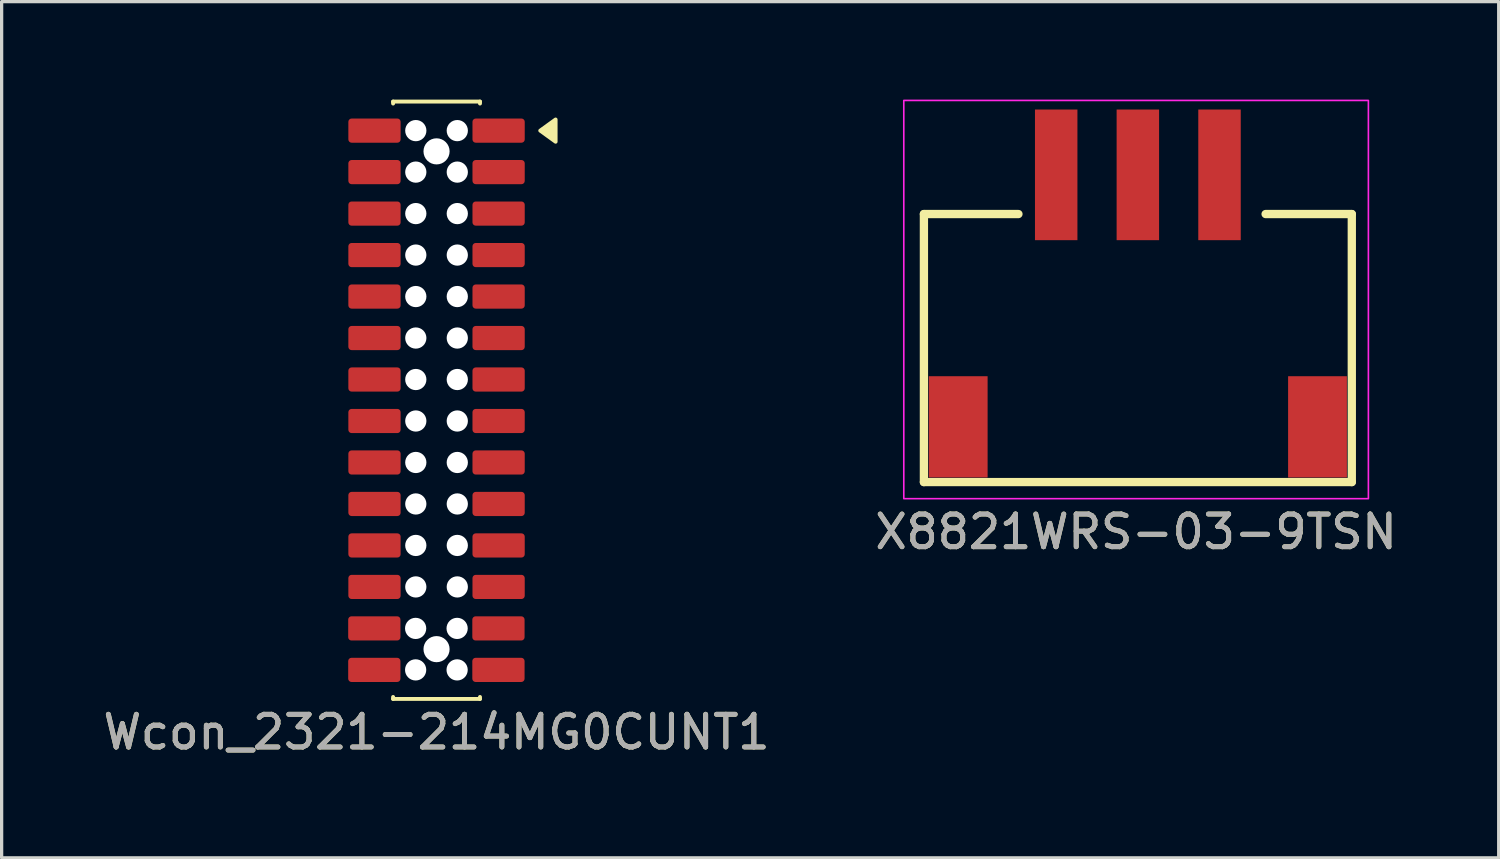
<source format=kicad_pcb>
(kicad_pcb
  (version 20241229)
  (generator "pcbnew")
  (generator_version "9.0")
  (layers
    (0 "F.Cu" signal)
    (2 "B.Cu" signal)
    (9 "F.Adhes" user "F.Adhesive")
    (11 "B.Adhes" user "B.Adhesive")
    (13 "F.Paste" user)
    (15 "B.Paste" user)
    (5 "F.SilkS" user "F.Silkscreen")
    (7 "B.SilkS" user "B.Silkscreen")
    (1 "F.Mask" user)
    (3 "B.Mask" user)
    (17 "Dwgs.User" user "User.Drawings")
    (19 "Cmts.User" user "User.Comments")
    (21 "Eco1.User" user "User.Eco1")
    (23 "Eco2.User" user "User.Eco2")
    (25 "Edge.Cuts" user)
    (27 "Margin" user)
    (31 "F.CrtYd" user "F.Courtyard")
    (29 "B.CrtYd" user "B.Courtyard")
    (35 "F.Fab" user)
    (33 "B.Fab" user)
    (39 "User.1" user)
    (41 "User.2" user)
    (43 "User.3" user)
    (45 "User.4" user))
  (footprint "Wcon_2321-214MG0CUNT1"
    (layer "F.Cu")
    (at 10.315 9.204)
    (property "Reference" "Wcon_2321-214MG0CUNT1" (at 0 10.16 0) (unlocked yes) (layer "F.SilkS") (effects (font (size 1 1) (thickness 0.15))))
    (attr smd)
    (fp_line (start -1.33 -9.144) (end -1.33 -9.084) (stroke (width 0.12) (type solid)) (layer "F.SilkS"))
    (fp_line (start -1.33 -9.144) (end 1.33 -9.144) (stroke (width 0.12) (type solid)) (layer "F.SilkS"))
    (fp_line (start -1.33 9.084) (end -1.33 9.144) (stroke (width 0.12) (type solid)) (layer "F.SilkS"))
    (fp_line (start -1.33 9.144) (end 1.33 9.144) (stroke (width 0.12) (type solid)) (layer "F.SilkS"))
    (fp_line (start 1.33 -9.144) (end 1.33 -9.084) (stroke (width 0.12) (type solid)) (layer "F.SilkS"))
    (fp_line (start 1.33 9.084) (end 1.33 9.144) (stroke (width 0.12) (type solid)) (layer "F.SilkS"))
    (fp_poly (pts (xy 3.175 -8.255) (xy 3.645 -8.595) (xy 3.645 -7.915) (xy 3.175 -8.255)) (stroke (width 0.12) (type solid)) (fill yes) (layer "F.SilkS"))
    (fp_text user "${REFERENCE}" (at 0 10.16 0) (unlocked yes) (layer "F.Fab") (effects (font (size 1 1) (thickness 0.15))))
    (pad "" np_thru_hole circle (at -0.64 6.985) (size 0.65 0.65) (drill 0.65) (layers "*.Cu" "*.Mask"))
    (pad "" np_thru_hole circle (at -0.64 8.255) (size 0.65 0.65) (drill 0.65) (layers "*.Cu" "*.Mask"))
    (pad "" np_thru_hole circle (at -0.635 -8.255) (size 0.65 0.65) (drill 0.65) (layers "*.Cu" "*.Mask"))
    (pad "" np_thru_hole circle (at -0.635 -6.985) (size 0.65 0.65) (drill 0.65) (layers "*.Cu" "*.Mask"))
    (pad "" np_thru_hole circle (at -0.635 -5.715) (size 0.65 0.65) (drill 0.65) (layers "*.Cu" "*.Mask"))
    (pad "" np_thru_hole circle (at -0.635 -4.445) (size 0.65 0.65) (drill 0.65) (layers "*.Cu" "*.Mask"))
    (pad "" np_thru_hole circle (at -0.635 -3.175) (size 0.65 0.65) (drill 0.65) (layers "*.Cu" "*.Mask"))
    (pad "" np_thru_hole circle (at -0.635 -1.905) (size 0.65 0.65) (drill 0.65) (layers "*.Cu" "*.Mask"))
    (pad "" np_thru_hole circle (at -0.635 -0.635) (size 0.65 0.65) (drill 0.65) (layers "*.Cu" "*.Mask"))
    (pad "" np_thru_hole circle (at -0.635 0.635) (size 0.65 0.65) (drill 0.65) (layers "*.Cu" "*.Mask"))
    (pad "" np_thru_hole circle (at -0.635 1.905) (size 0.65 0.65) (drill 0.65) (layers "*.Cu" "*.Mask"))
    (pad "" np_thru_hole circle (at -0.635 3.175) (size 0.65 0.65) (drill 0.65) (layers "*.Cu" "*.Mask"))
    (pad "" np_thru_hole circle (at -0.635 4.445) (size 0.65 0.65) (drill 0.65) (layers "*.Cu" "*.Mask"))
    (pad "" np_thru_hole circle (at -0.635 5.715) (size 0.65 0.65) (drill 0.65) (layers "*.Cu" "*.Mask"))
    (pad "" np_thru_hole circle (at 0 -7.62) (size 0.8 0.8) (drill 0.8) (layers "*.Cu" "*.Mask"))
    (pad "" np_thru_hole circle (at 0 7.62) (size 0.8 0.8) (drill 0.8) (layers "*.Cu" "*.Mask"))
    (pad "" np_thru_hole circle (at 0.63 6.985) (size 0.65 0.65) (drill 0.65) (layers "*.Cu" "*.Mask"))
    (pad "" np_thru_hole circle (at 0.63 8.255) (size 0.65 0.65) (drill 0.65) (layers "*.Cu" "*.Mask"))
    (pad "" np_thru_hole circle (at 0.635 -8.255) (size 0.65 0.65) (drill 0.65) (layers "*.Cu" "*.Mask"))
    (pad "" np_thru_hole circle (at 0.635 -6.985) (size 0.65 0.65) (drill 0.65) (layers "*.Cu" "*.Mask"))
    (pad "" np_thru_hole circle (at 0.635 -5.715) (size 0.65 0.65) (drill 0.65) (layers "*.Cu" "*.Mask"))
    (pad "" np_thru_hole circle (at 0.635 -4.445) (size 0.65 0.65) (drill 0.65) (layers "*.Cu" "*.Mask"))
    (pad "" np_thru_hole circle (at 0.635 -3.175) (size 0.65 0.65) (drill 0.65) (layers "*.Cu" "*.Mask"))
    (pad "" np_thru_hole circle (at 0.635 -1.905) (size 0.65 0.65) (drill 0.65) (layers "*.Cu" "*.Mask"))
    (pad "" np_thru_hole circle (at 0.635 -0.635) (size 0.65 0.65) (drill 0.65) (layers "*.Cu" "*.Mask"))
    (pad "" np_thru_hole circle (at 0.635 0.635) (size 0.65 0.65) (drill 0.65) (layers "*.Cu" "*.Mask"))
    (pad "" np_thru_hole circle (at 0.635 1.905) (size 0.65 0.65) (drill 0.65) (layers "*.Cu" "*.Mask"))
    (pad "" np_thru_hole circle (at 0.635 3.175) (size 0.65 0.65) (drill 0.65) (layers "*.Cu" "*.Mask"))
    (pad "" np_thru_hole circle (at 0.635 4.445) (size 0.65 0.65) (drill 0.65) (layers "*.Cu" "*.Mask"))
    (pad "" np_thru_hole circle (at 0.635 5.715) (size 0.65 0.65) (drill 0.65) (layers "*.Cu" "*.Mask"))
    (pad "1" smd roundrect (at 1.9 -8.255) (size 1.6 0.74) (layers "F.Cu" "F.Mask" "F.Paste") (roundrect_rratio 0.135))
    (pad "2" smd roundrect (at -1.9 -8.255) (size 1.6 0.74) (layers "F.Cu" "F.Mask" "F.Paste") (roundrect_rratio 0.135))
    (pad "3" smd roundrect (at 1.9 -6.985) (size 1.6 0.74) (layers "F.Cu" "F.Mask" "F.Paste") (roundrect_rratio 0.135))
    (pad "4" smd roundrect (at -1.9 -6.985) (size 1.6 0.74) (layers "F.Cu" "F.Mask" "F.Paste") (roundrect_rratio 0.135))
    (pad "5" smd roundrect (at 1.9 -5.715) (size 1.6 0.74) (layers "F.Cu" "F.Mask" "F.Paste") (roundrect_rratio 0.135))
    (pad "6" smd roundrect (at -1.9 -5.715) (size 1.6 0.74) (layers "F.Cu" "F.Mask" "F.Paste") (roundrect_rratio 0.135))
    (pad "7" smd roundrect (at 1.9 -4.445) (size 1.6 0.74) (layers "F.Cu" "F.Mask" "F.Paste") (roundrect_rratio 0.135))
    (pad "8" smd roundrect (at -1.9 -4.445) (size 1.6 0.74) (layers "F.Cu" "F.Mask" "F.Paste") (roundrect_rratio 0.135))
    (pad "9" smd roundrect (at 1.9 -3.175) (size 1.6 0.74) (layers "F.Cu" "F.Mask" "F.Paste") (roundrect_rratio 0.135))
    (pad "10" smd roundrect (at -1.9 -3.175) (size 1.6 0.74) (layers "F.Cu" "F.Mask" "F.Paste") (roundrect_rratio 0.135))
    (pad "11" smd roundrect (at 1.9 -1.905) (size 1.6 0.74) (layers "F.Cu" "F.Mask" "F.Paste") (roundrect_rratio 0.135))
    (pad "12" smd roundrect (at -1.9 -1.905) (size 1.6 0.74) (layers "F.Cu" "F.Mask" "F.Paste") (roundrect_rratio 0.135))
    (pad "13" smd roundrect (at 1.9 -0.635) (size 1.6 0.74) (layers "F.Cu" "F.Mask" "F.Paste") (roundrect_rratio 0.135))
    (pad "14" smd roundrect (at -1.9 -0.635) (size 1.6 0.74) (layers "F.Cu" "F.Mask" "F.Paste") (roundrect_rratio 0.135))
    (pad "15" smd roundrect (at 1.9 0.635) (size 1.6 0.74) (layers "F.Cu" "F.Mask" "F.Paste") (roundrect_rratio 0.135))
    (pad "16" smd roundrect (at -1.9 0.635) (size 1.6 0.74) (layers "F.Cu" "F.Mask" "F.Paste") (roundrect_rratio 0.135))
    (pad "17" smd roundrect (at 1.9 1.905) (size 1.6 0.74) (layers "F.Cu" "F.Mask" "F.Paste") (roundrect_rratio 0.135))
    (pad "18" smd roundrect (at -1.9 1.905) (size 1.6 0.74) (layers "F.Cu" "F.Mask" "F.Paste") (roundrect_rratio 0.135))
    (pad "19" smd roundrect (at 1.9 3.175) (size 1.6 0.74) (layers "F.Cu" "F.Mask" "F.Paste") (roundrect_rratio 0.135))
    (pad "20" smd roundrect (at -1.9 3.175) (size 1.6 0.74) (layers "F.Cu" "F.Mask" "F.Paste") (roundrect_rratio 0.135))
    (pad "21" smd roundrect (at 1.9 4.445) (size 1.6 0.74) (layers "F.Cu" "F.Mask" "F.Paste") (roundrect_rratio 0.135))
    (pad "22" smd roundrect (at -1.9 4.445) (size 1.6 0.74) (layers "F.Cu" "F.Mask" "F.Paste") (roundrect_rratio 0.135))
    (pad "23" smd roundrect (at 1.9 5.715) (size 1.6 0.74) (layers "F.Cu" "F.Mask" "F.Paste") (roundrect_rratio 0.135))
    (pad "24" smd roundrect (at -1.9 5.715) (size 1.6 0.74) (layers "F.Cu" "F.Mask" "F.Paste") (roundrect_rratio 0.135))
    (pad "25" smd roundrect (at 1.895 6.985) (size 1.6 0.74) (layers "F.Cu" "F.Mask" "F.Paste") (roundrect_rratio 0.135))
    (pad "26" smd roundrect (at -1.905 6.985) (size 1.6 0.74) (layers "F.Cu" "F.Mask" "F.Paste") (roundrect_rratio 0.135))
    (pad "27" smd roundrect (at 1.895 8.255) (size 1.6 0.74) (layers "F.Cu" "F.Mask" "F.Paste") (roundrect_rratio 0.135))
    (pad "28" smd roundrect (at -1.905 8.255) (size 1.6 0.74) (layers "F.Cu" "F.Mask" "F.Paste") (roundrect_rratio 0.135)))
  (footprint "X8821WRS-03-9TSN"
    (layer "F.Cu")
    (at 31.732 8.153)
    (property "Reference" "X8821WRS-03-9TSN" (at 0 5.08 0) (unlocked yes) (layer "F.SilkS") (effects (font (size 1 1) (thickness 0.15))))
    (attr smd)
    (fp_line (start -6.496 -4.65) (end -6.496 3.556) (stroke (width 0.254) (type solid)) (layer "F.SilkS"))
    (fp_line (start -6.496 3.556) (end 6.604 3.556) (stroke (width 0.254) (type solid)) (layer "F.SilkS"))
    (fp_line (start -3.602 -4.65) (end -6.496 -4.65) (stroke (width 0.254) (type solid)) (layer "F.SilkS"))
    (fp_line (start 3.965 -4.65) (end 6.604 -4.65) (stroke (width 0.254) (type solid)) (layer "F.SilkS"))
    (fp_line (start 6.604 -4.65) (end 6.604 3.556) (stroke (width 0.254) (type solid)) (layer "F.SilkS"))
    (fp_rect (start -7.112 4.064) (end 7.112 -8.128) (stroke (width 0.05) (type default)) (fill no) (layer "F.CrtYd"))
    (fp_text user "${REFERENCE}" (at 0 5.08 0) (unlocked yes) (layer "F.Fab") (effects (font (size 1 1) (thickness 0.15))))
    (pad "" smd rect (at -5.446 1.865) (size 1.8 3.1) (layers "F.Cu" "F.Mask" "F.Paste"))
    (pad "" smd rect (at 5.554 1.865) (size 1.8 3.1) (layers "F.Cu" "F.Mask" "F.Paste"))
    (pad "1" smd rect (at -2.446 -5.85) (size 1.3 4) (layers "F.Cu" "F.Mask" "F.Paste"))
    (pad "2" smd rect (at 0.054 -5.85) (size 1.3 4) (layers "F.Cu" "F.Mask" "F.Paste"))
    (pad "3" smd rect (at 2.554 -5.85) (size 1.3 4) (layers "F.Cu" "F.Mask" "F.Paste")))
  (gr_rect
    (start -3 -3)
    (end 42.833 23.212)
    (stroke (width 0.1) (type default))
    (fill no)
    (layer "Edge.Cuts")))
</source>
